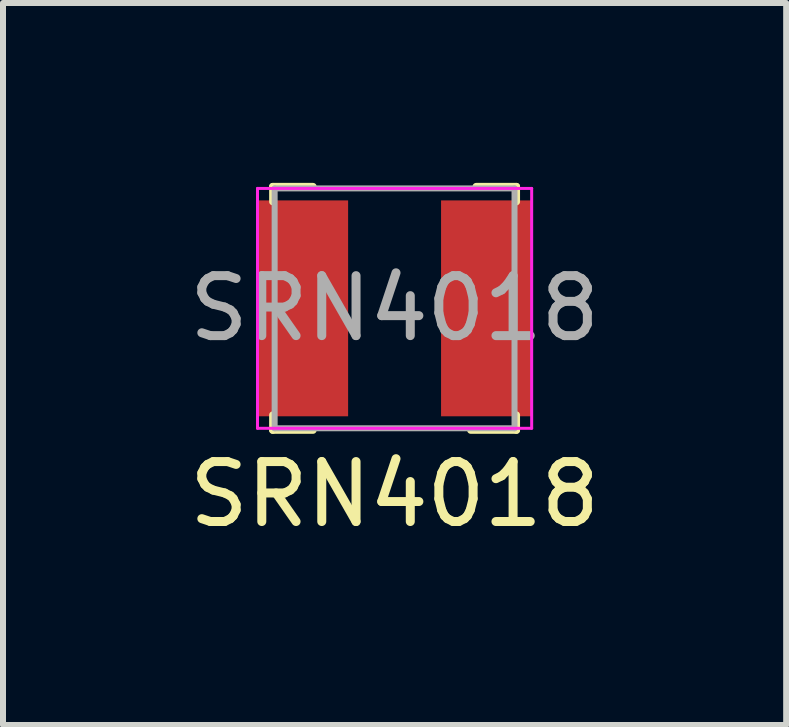
<source format=kicad_pcb>
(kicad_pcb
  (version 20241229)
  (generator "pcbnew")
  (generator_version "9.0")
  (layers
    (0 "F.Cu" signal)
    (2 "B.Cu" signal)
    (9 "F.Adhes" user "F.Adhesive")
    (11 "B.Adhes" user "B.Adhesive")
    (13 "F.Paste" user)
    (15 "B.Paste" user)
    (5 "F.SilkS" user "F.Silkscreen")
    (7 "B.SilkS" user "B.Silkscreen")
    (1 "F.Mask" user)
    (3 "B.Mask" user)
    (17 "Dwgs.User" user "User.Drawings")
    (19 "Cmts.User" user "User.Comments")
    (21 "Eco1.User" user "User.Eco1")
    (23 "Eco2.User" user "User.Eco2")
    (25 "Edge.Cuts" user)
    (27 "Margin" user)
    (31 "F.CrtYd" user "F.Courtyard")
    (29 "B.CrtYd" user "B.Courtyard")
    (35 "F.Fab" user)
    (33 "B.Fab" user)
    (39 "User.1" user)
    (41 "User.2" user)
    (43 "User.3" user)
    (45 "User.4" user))
  (footprint "SRN4018"
    (layer "F.Cu")
    (at 3.53 2.092)
    (property "Reference" "SRN4018" (at 0 3.1 0) (layer "F.SilkS") (effects (font (size 1 1) (thickness 0.15))))
    (attr smd)
    (fp_line (start -2.032 -2.032) (end -2.032 -1.778) (stroke (width 0.12) (type solid)) (layer "F.SilkS"))
    (fp_line (start -2.032 -2.032) (end -1.36 -2.032) (stroke (width 0.12) (type solid)) (layer "F.SilkS"))
    (fp_line (start -2.032 2.032) (end -2.032 1.778) (stroke (width 0.12) (type solid)) (layer "F.SilkS"))
    (fp_line (start -2.032 2.032) (end -1.36 2.032) (stroke (width 0.12) (type solid)) (layer "F.SilkS"))
    (fp_line (start 2.032 -2.032) (end 1.36 -2.032) (stroke (width 0.12) (type solid)) (layer "F.SilkS"))
    (fp_line (start 2.032 -2.032) (end 2.032 -1.778) (stroke (width 0.12) (type solid)) (layer "F.SilkS"))
    (fp_line (start 2.032 2.032) (end 1.27 2.032) (stroke (width 0.12) (type solid)) (layer "F.SilkS"))
    (fp_line (start 2.032 2.032) (end 2.032 1.778) (stroke (width 0.12) (type solid)) (layer "F.SilkS"))
    (fp_line (start -2.286 -2) (end -2.286 2) (stroke (width 0.05) (type solid)) (layer "F.CrtYd"))
    (fp_line (start -2.286 -2) (end 2.286 -2) (stroke (width 0.05) (type solid)) (layer "F.CrtYd"))
    (fp_line (start -2.286 2) (end 2.286 2) (stroke (width 0.05) (type solid)) (layer "F.CrtYd"))
    (fp_line (start 2.286 -2) (end 2.286 2) (stroke (width 0.05) (type solid)) (layer "F.CrtYd"))
    (fp_line (start -2 -2) (end -2 2) (stroke (width 0.1) (type solid)) (layer "F.Fab"))
    (fp_line (start -2 -2) (end 2 -2) (stroke (width 0.1) (type solid)) (layer "F.Fab"))
    (fp_line (start 2 -2) (end 2 2) (stroke (width 0.1) (type solid)) (layer "F.Fab"))
    (fp_line (start 2 2) (end -2 2) (stroke (width 0.1) (type solid)) (layer "F.Fab"))
    (fp_text user "${REFERENCE}" (at 0 0 0) (layer "F.Fab") (effects (font (size 1 1) (thickness 0.15))))
    (pad "1" smd rect (at -1.525 0) (size 1.5 3.6) (layers "F.Cu" "F.Mask" "F.Paste"))
    (pad "2" smd rect (at 1.525 0) (size 1.5 3.6) (layers "F.Cu" "F.Mask" "F.Paste")))
  (gr_rect
    (start -3 -3)
    (end 10.06 9.04)
    (stroke (width 0.1) (type default))
    (fill no)
    (layer "Edge.Cuts")))
</source>
